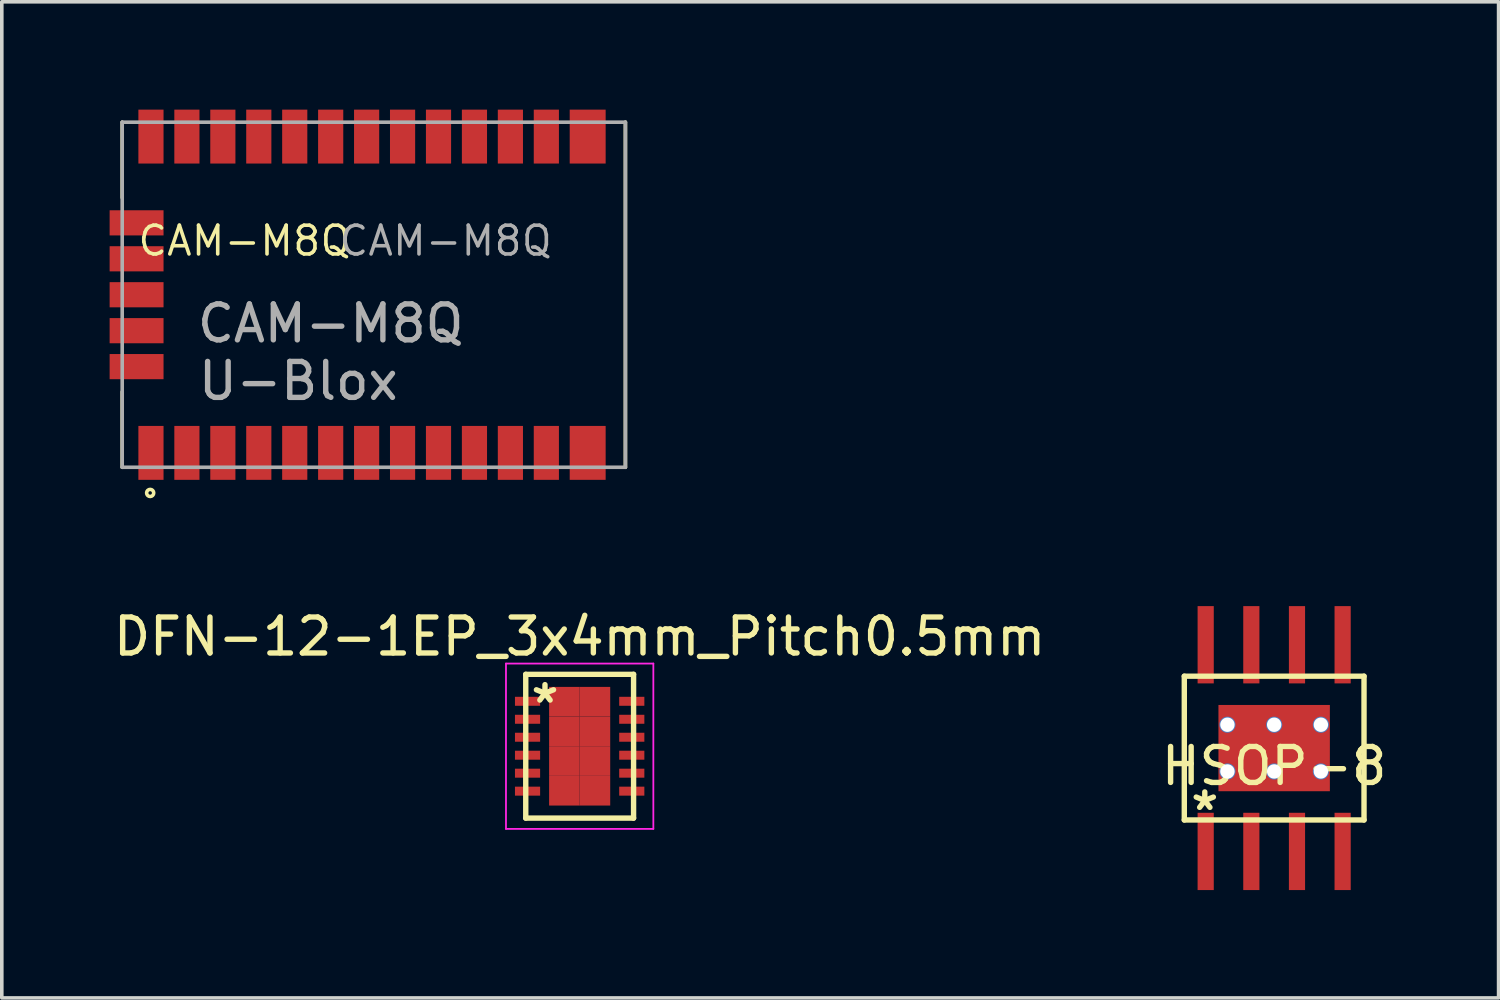
<source format=kicad_pcb>
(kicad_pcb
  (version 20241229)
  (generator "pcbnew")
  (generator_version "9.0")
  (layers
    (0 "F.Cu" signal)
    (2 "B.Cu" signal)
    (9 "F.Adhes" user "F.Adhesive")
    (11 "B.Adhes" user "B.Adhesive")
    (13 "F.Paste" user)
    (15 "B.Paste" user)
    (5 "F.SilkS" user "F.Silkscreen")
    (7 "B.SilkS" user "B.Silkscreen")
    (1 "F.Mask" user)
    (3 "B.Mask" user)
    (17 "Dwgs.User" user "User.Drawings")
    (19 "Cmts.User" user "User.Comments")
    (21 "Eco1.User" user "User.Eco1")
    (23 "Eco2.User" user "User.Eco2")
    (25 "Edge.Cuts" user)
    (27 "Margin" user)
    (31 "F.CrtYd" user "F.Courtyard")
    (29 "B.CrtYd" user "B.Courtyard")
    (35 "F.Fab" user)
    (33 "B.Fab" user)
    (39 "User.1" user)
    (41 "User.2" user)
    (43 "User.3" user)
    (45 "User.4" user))
  (footprint "DFN-12-1EP_3x4mm_Pitch0.5mm"
    (layer "F.Cu")
    (at 13.077 17.711)
    (property "Reference" "DFN-12-1EP_3x4mm_Pitch0.5mm" (at 0 -3.05 0) (layer "F.SilkS") (effects (font (size 1 1) (thickness 0.15))))
    (attr smd)
    (fp_line (start -1.5 -2) (end -1.5 2) (stroke (width 0.15) (type solid)) (layer "F.SilkS"))
    (fp_line (start -1.5 -2) (end 1.5 -2) (stroke (width 0.15) (type solid)) (layer "F.SilkS"))
    (fp_line (start -1.5 2) (end 1.5 2) (stroke (width 0.15) (type solid)) (layer "F.SilkS"))
    (fp_line (start 1.5 -2) (end 1.5 2) (stroke (width 0.15) (type solid)) (layer "F.SilkS"))
    (fp_line (start -2.05 -2.3) (end -2.05 2.3) (stroke (width 0.05) (type solid)) (layer "F.CrtYd"))
    (fp_line (start -2.05 -2.3) (end 2.05 -2.3) (stroke (width 0.05) (type solid)) (layer "F.CrtYd"))
    (fp_line (start -2.05 2.3) (end 2.05 2.3) (stroke (width 0.05) (type solid)) (layer "F.CrtYd"))
    (fp_line (start 2.05 -2.3) (end 2.05 2.3) (stroke (width 0.05) (type solid)) (layer "F.CrtYd"))
    (fp_text user "*" (at -0.965 -1.168 0) (layer "F.SilkS") (effects (font (size 1 1) (thickness 0.15))))
    (pad "1" smd rect (at -1.45 -1.25) (size 0.7 0.25) (layers "F.Cu" "F.Mask" "F.Paste"))
    (pad "2" smd rect (at -1.45 -0.75) (size 0.7 0.25) (layers "F.Cu" "F.Mask" "F.Paste"))
    (pad "3" smd rect (at -1.45 -0.25) (size 0.7 0.25) (layers "F.Cu" "F.Mask" "F.Paste"))
    (pad "4" smd rect (at -1.45 0.25) (size 0.7 0.25) (layers "F.Cu" "F.Mask" "F.Paste"))
    (pad "5" smd rect (at -1.45 0.75) (size 0.7 0.25) (layers "F.Cu" "F.Mask" "F.Paste"))
    (pad "6" smd rect (at -1.45 1.25) (size 0.7 0.25) (layers "F.Cu" "F.Mask" "F.Paste"))
    (pad "7" smd rect (at 1.45 1.25) (size 0.7 0.25) (layers "F.Cu" "F.Mask" "F.Paste"))
    (pad "8" smd rect (at 1.45 0.75) (size 0.7 0.25) (layers "F.Cu" "F.Mask" "F.Paste"))
    (pad "9" smd rect (at 1.45 0.25) (size 0.7 0.25) (layers "F.Cu" "F.Mask" "F.Paste"))
    (pad "10" smd rect (at 1.45 -0.25) (size 0.7 0.25) (layers "F.Cu" "F.Mask" "F.Paste"))
    (pad "11" smd rect (at 1.45 -0.75) (size 0.7 0.25) (layers "F.Cu" "F.Mask" "F.Paste"))
    (pad "12" smd rect (at 1.45 -1.25) (size 0.7 0.25) (layers "F.Cu" "F.Mask" "F.Paste"))
    (pad "13" smd rect (at -0.425 -1.238) (size 0.85 0.825) (layers "F.Cu" "F.Mask" "F.Paste"))
    (pad "13" smd rect (at -0.425 -0.412) (size 0.85 0.825) (layers "F.Cu" "F.Mask" "F.Paste"))
    (pad "13" smd rect (at -0.425 0.412) (size 0.85 0.825) (layers "F.Cu" "F.Mask" "F.Paste"))
    (pad "13" smd rect (at -0.425 1.238) (size 0.85 0.825) (layers "F.Cu" "F.Mask" "F.Paste"))
    (pad "13" smd rect (at 0.425 -1.238) (size 0.85 0.825) (layers "F.Cu" "F.Mask" "F.Paste"))
    (pad "13" smd rect (at 0.425 -0.412) (size 0.85 0.825) (layers "F.Cu" "F.Mask" "F.Paste"))
    (pad "13" smd rect (at 0.425 0.412) (size 0.85 0.825) (layers "F.Cu" "F.Mask" "F.Paste"))
    (pad "13" smd rect (at 0.425 1.238) (size 0.85 0.825) (layers "F.Cu" "F.Mask" "F.Paste")))
  (footprint "HSOP-8"
    (layer "F.Cu")
    (at 32.399 17.763)
    (property "Reference" "HSOP-8" (at 0 0.5 0) (layer "F.SilkS") (effects (font (size 1 1) (thickness 0.15))))
    (attr through_hole)
    (fp_line (start -2.5 -2) (end 2.5 -2) (stroke (width 0.15) (type solid)) (layer "F.SilkS"))
    (fp_line (start -2.5 2) (end -2.5 -2) (stroke (width 0.15) (type solid)) (layer "F.SilkS"))
    (fp_line (start 2.5 -2) (end 2.5 2) (stroke (width 0.15) (type solid)) (layer "F.SilkS"))
    (fp_line (start 2.5 2) (end -2.5 2) (stroke (width 0.15) (type solid)) (layer "F.SilkS"))
    (fp_text user "*" (at -1.93 1.765 0) (layer "F.SilkS") (effects (font (size 1 1) (thickness 0.15))))
    (pad "1" smd trapezoid (at -1.905 2.875) (size 0.45 2.15) (layers "F.Cu" "F.Mask" "F.Paste"))
    (pad "2" smd trapezoid (at -0.635 2.875) (size 0.45 2.15) (layers "F.Cu" "F.Mask" "F.Paste"))
    (pad "3" smd trapezoid (at 0.635 2.875) (size 0.45 2.15) (layers "F.Cu" "F.Mask" "F.Paste"))
    (pad "4" smd trapezoid (at 1.905 2.875) (size 0.45 2.15) (layers "F.Cu" "F.Mask" "F.Paste"))
    (pad "5" smd trapezoid (at 1.905 -2.875) (size 0.45 2.15) (layers "F.Cu" "F.Mask" "F.Paste"))
    (pad "6" smd trapezoid (at 0.635 -2.875) (size 0.45 2.15) (layers "F.Cu" "F.Mask" "F.Paste"))
    (pad "7" smd trapezoid (at -0.635 -2.875) (size 0.45 2.15) (layers "F.Cu" "F.Mask" "F.Paste"))
    (pad "8" smd trapezoid (at -1.905 -2.875) (size 0.45 2.15) (layers "F.Cu" "F.Mask" "F.Paste"))
    (pad "9" thru_hole circle (at -1.3 -0.65) (size 0.45 0.45) (drill 0.4) (layers "*.Cu" "*.Mask"))
    (pad "9" thru_hole circle (at -1.3 0.65) (size 0.45 0.45) (drill 0.4) (layers "*.Cu" "*.Mask"))
    (pad "9" thru_hole circle (at 0 -0.65) (size 0.45 0.45) (drill 0.4) (layers "*.Cu" "*.Mask"))
    (pad "9" smd trapezoid (at 0 0) (size 3.1 2.4) (layers "F.Cu" "F.Mask" "F.Paste"))
    (pad "9" thru_hole circle (at 0 0.65) (size 0.45 0.45) (drill 0.4) (layers "*.Cu" "*.Mask"))
    (pad "9" thru_hole circle (at 1.3 -0.65) (size 0.45 0.45) (drill 0.4) (layers "*.Cu" "*.Mask"))
    (pad "9" thru_hole circle (at 1.3 0.65) (size 0.45 0.45) (drill 0.4) (layers "*.Cu" "*.Mask")))
  (footprint "CAM-M8Q"
    (layer "F.Cu")
    (at 0.75 5.15)
    (property "Reference" "CAM-M8Q" (at 3 -1.5 0) (unlocked yes) (layer "F.SilkS") (effects (font (size 0.8 0.8) (thickness 0.1))))
    (property "Manufacturer_Name" "U-Blox" (at 4.5 2.4 0) (unlocked yes) (layer "F.Fab") (effects (font (size 1 1) (thickness 0.15))))
    (property "Manufacturer_Part_Number" "CAM-M8Q" (at 5.4 0.8 0) (unlocked yes) (layer "F.Fab") (effects (font (size 1 1) (thickness 0.15))))
    (attr smd)
    (fp_line (start -0.4 -4.8) (end -0.4 -2.7) (stroke (width 0.1) (type solid)) (layer "F.SilkS"))
    (fp_line (start -0.4 4.8) (end -0.4 2.7) (stroke (width 0.1) (type solid)) (layer "F.SilkS"))
    (fp_line (start 13.6 -4.8) (end 13.6 4.8) (stroke (width 0.1) (type solid)) (layer "F.SilkS"))
    (fp_circle (center 0.378 5.514) (end 0.378 5.613) (stroke (width 0.1) (type solid)) (fill no) (layer "F.SilkS"))
    (fp_line (start -0.4 -4.8) (end 13.6 -4.8) (stroke (width 0.1) (type solid)) (layer "F.Fab"))
    (fp_line (start -0.4 4.8) (end -0.4 -4.8) (stroke (width 0.1) (type solid)) (layer "F.Fab"))
    (fp_line (start 13.6 -4.8) (end 13.6 4.8) (stroke (width 0.1) (type solid)) (layer "F.Fab"))
    (fp_line (start 13.6 4.8) (end -0.4 4.8) (stroke (width 0.1) (type solid)) (layer "F.Fab"))
    (fp_text user "${REFERENCE}" (at 8.6 -1.5 0) (unlocked yes) (layer "F.Fab") (effects (font (size 0.8 0.8) (thickness 0.1))))
    (pad "1" smd rect (at 0.4 4.4) (size 0.7 1.5) (layers "F.Cu" "F.Mask" "F.Paste"))
    (pad "2" smd rect (at 1.4 4.4) (size 0.7 1.5) (layers "F.Cu" "F.Mask" "F.Paste"))
    (pad "3" smd rect (at 2.4 4.4) (size 0.7 1.5) (layers "F.Cu" "F.Mask" "F.Paste"))
    (pad "4" smd rect (at 3.4 4.4) (size 0.7 1.5) (layers "F.Cu" "F.Mask" "F.Paste"))
    (pad "5" smd rect (at 4.4 4.4) (size 0.7 1.5) (layers "F.Cu" "F.Mask" "F.Paste"))
    (pad "6" smd rect (at 5.4 4.4) (size 0.7 1.5) (layers "F.Cu" "F.Mask" "F.Paste"))
    (pad "7" smd rect (at 6.4 4.4) (size 0.7 1.5) (layers "F.Cu" "F.Mask" "F.Paste"))
    (pad "8" smd rect (at 7.4 4.4) (size 0.7 1.5) (layers "F.Cu" "F.Mask" "F.Paste"))
    (pad "9" smd rect (at 8.4 4.4) (size 0.7 1.5) (layers "F.Cu" "F.Mask" "F.Paste"))
    (pad "10" smd rect (at 9.4 4.4) (size 0.7 1.5) (layers "F.Cu" "F.Mask" "F.Paste"))
    (pad "11" smd rect (at 10.4 4.4) (size 0.7 1.5) (layers "F.Cu" "F.Mask" "F.Paste"))
    (pad "12" smd rect (at 11.4 4.4) (size 0.7 1.5) (layers "F.Cu" "F.Mask" "F.Paste"))
    (pad "13" smd rect (at 12.55 4.4) (size 1 1.5) (layers "F.Cu" "F.Mask" "F.Paste"))
    (pad "14" smd rect (at 12.55 -4.4) (size 1 1.5) (layers "F.Cu" "F.Mask" "F.Paste"))
    (pad "15" smd rect (at 11.4 -4.4) (size 0.7 1.5) (layers "F.Cu" "F.Mask" "F.Paste"))
    (pad "16" smd rect (at 10.4 -4.4) (size 0.7 1.5) (layers "F.Cu" "F.Mask" "F.Paste"))
    (pad "17" smd rect (at 9.4 -4.4) (size 0.7 1.5) (layers "F.Cu" "F.Mask" "F.Paste"))
    (pad "18" smd rect (at 8.4 -4.4) (size 0.7 1.5) (layers "F.Cu" "F.Mask" "F.Paste"))
    (pad "19" smd rect (at 7.4 -4.4) (size 0.7 1.5) (layers "F.Cu" "F.Mask" "F.Paste"))
    (pad "20" smd rect (at 6.4 -4.4) (size 0.7 1.5) (layers "F.Cu" "F.Mask" "F.Paste"))
    (pad "21" smd rect (at 5.4 -4.4) (size 0.7 1.5) (layers "F.Cu" "F.Mask" "F.Paste"))
    (pad "22" smd rect (at 4.4 -4.4) (size 0.7 1.5) (layers "F.Cu" "F.Mask" "F.Paste"))
    (pad "23" smd rect (at 3.4 -4.4) (size 0.7 1.5) (layers "F.Cu" "F.Mask" "F.Paste"))
    (pad "24" smd rect (at 2.4 -4.4) (size 0.7 1.5) (layers "F.Cu" "F.Mask" "F.Paste"))
    (pad "25" smd rect (at 1.4 -4.4) (size 0.7 1.5) (layers "F.Cu" "F.Mask" "F.Paste"))
    (pad "26" smd rect (at 0.4 -4.4) (size 0.7 1.5) (layers "F.Cu" "F.Mask" "F.Paste"))
    (pad "27" smd rect (at 0 -2 90) (size 0.7 1.5) (layers "F.Cu" "F.Mask" "F.Paste"))
    (pad "28" smd rect (at 0 -1 90) (size 0.7 1.5) (layers "F.Cu" "F.Mask" "F.Paste"))
    (pad "29" smd rect (at 0 0 90) (size 0.7 1.5) (layers "F.Cu" "F.Mask" "F.Paste"))
    (pad "30" smd rect (at 0 1 90) (size 0.7 1.5) (layers "F.Cu" "F.Mask" "F.Paste"))
    (pad "31" smd rect (at 0 2 90) (size 0.7 1.5) (layers "F.Cu" "F.Mask" "F.Paste"))
    (zone (net_name "") (layers "F.Cu" "B.Cu" "F.SilkS") (name "ublox-keepout") (hatch edge 0.5) (connect_pads) (min_thickness 0.25) (filled_areas_thickness no) (keepout (tracks allowed) (vias allowed) (pads not_allowed) (copperpour not_allowed) (footprints allowed)) (placement (enabled no)) (fill) (polygon (pts (xy 9.25 1.55) (xy 9.25 8.75) (xy 14.75 8.75) (xy 14.75 1.55)))))
  (gr_rect
    (start -3 -3)
    (end 38.643 24.713)
    (stroke (width 0.1) (type default))
    (fill no)
    (layer "Edge.Cuts")))
</source>
